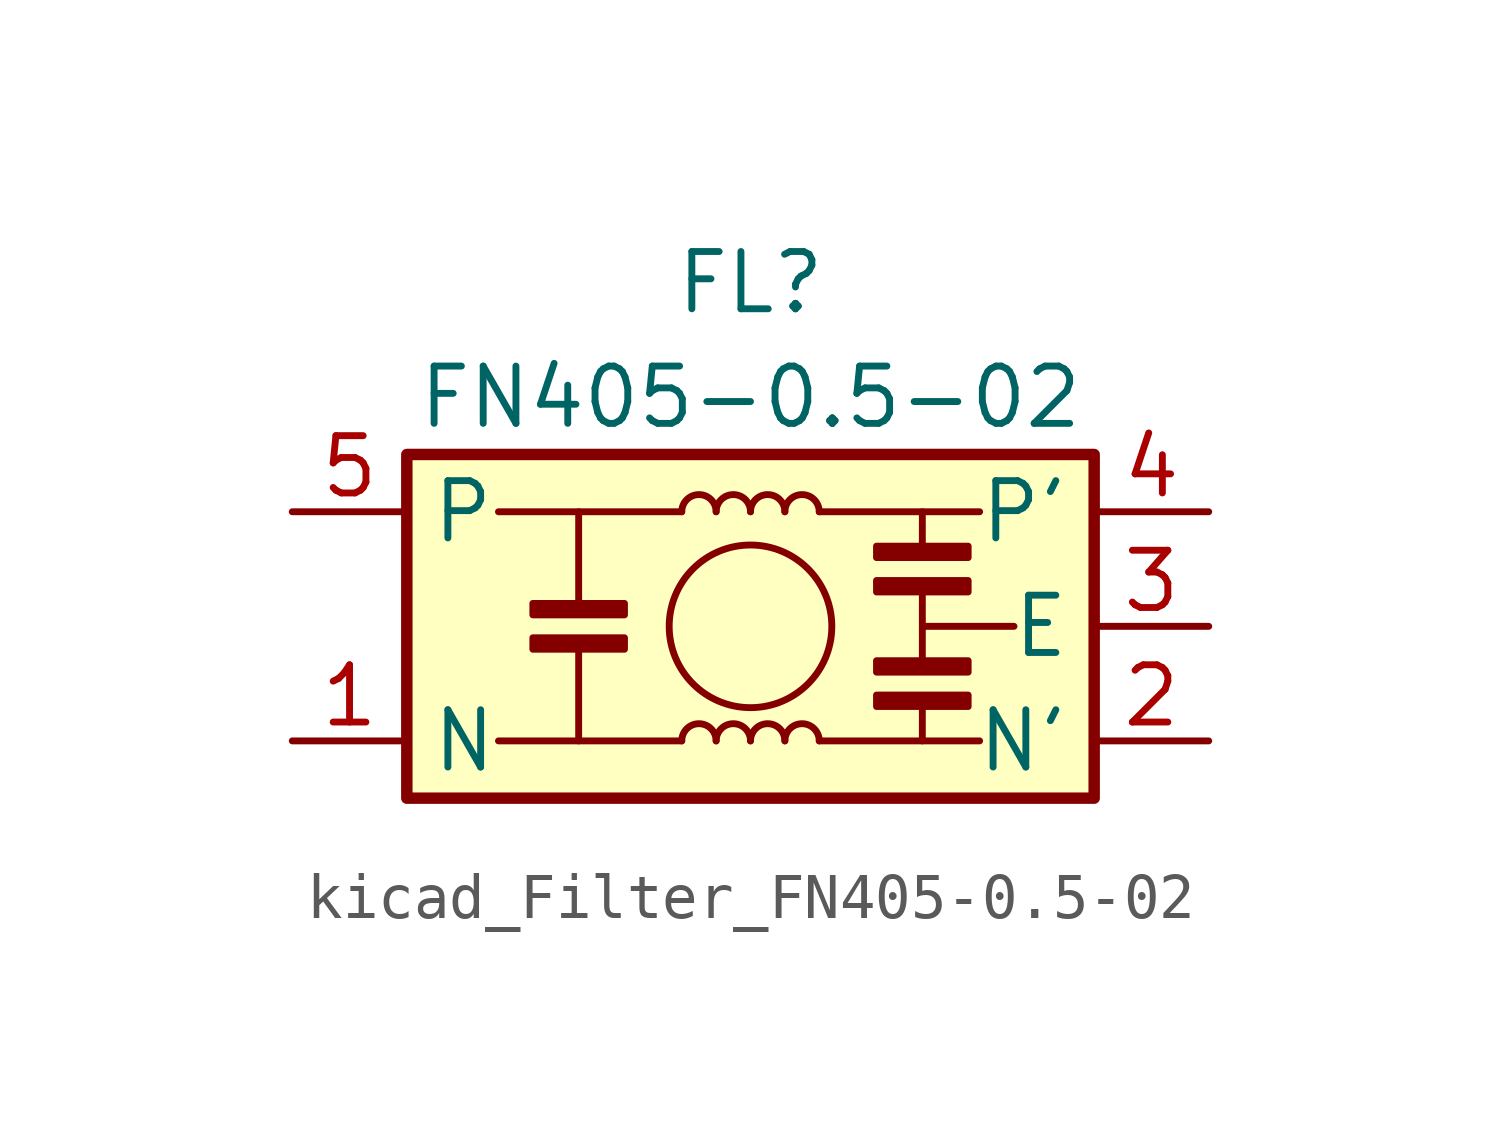
<source format=kicad_sym>
(kicad_symbol_lib
  (version 20220914)
  (generator kicad_symbol_editor)
  (symbol "kicad_Filter_FN405-0.5-02"
    (property "Reference" "FL"
      (at 0 7.62 0)
      (effects (font (size 1.27 1.27))))
    (property "Value" "FN405-0.5-02"
      (at 0 5.08 0)
      (effects (font (size 1.27 1.27))))
    (symbol "kicad_Filter_FN405-0.5-02_0_1"
      (rectangle (start -7.62 3.81) (end 7.62 -3.81) (stroke (width 0.254) (type default)) (fill (type background)))
      (rectangle (start -4.826 -0.254) (end -2.794 -0.508) (stroke (width 0) (type default)) (fill (type outline)))
      (rectangle (start -4.826 0.254) (end -2.794 0.508) (stroke (width 0) (type default)) (fill (type outline)))
      (arc (start -0.762 -2.54) (mid -1.143 -2.1606) (end -1.524 -2.54) (stroke (width 0) (type default)) (fill (type none)))
      (arc (start -0.762 2.54) (mid -1.143 2.9194) (end -1.524 2.54) (stroke (width 0) (type default)) (fill (type none)))
      (arc (start 0 -2.54) (mid -0.381 -2.1606) (end -0.762 -2.54) (stroke (width 0) (type default)) (fill (type none)))
      (polyline (pts (xy -3.81 -0.508) (xy -3.81 -2.54)) (stroke (width 0) (type default)) (fill (type none)))
      (polyline (pts (xy -3.81 0.508) (xy -3.81 2.54)) (stroke (width 0) (type default)) (fill (type none)))
      (polyline (pts (xy -1.524 -2.54) (xy -5.588 -2.54)) (stroke (width 0) (type default)) (fill (type none)))
      (polyline (pts (xy -1.524 2.54) (xy -5.588 2.54)) (stroke (width 0) (type default)) (fill (type none)))
      (polyline (pts (xy 1.524 -2.54) (xy 5.08 -2.54)) (stroke (width 0) (type default)) (fill (type none)))
      (polyline (pts (xy 3.81 -1.778) (xy 3.81 -2.54)) (stroke (width 0) (type default)) (fill (type none)))
      (polyline (pts (xy 3.81 0) (xy 5.842 0)) (stroke (width 0) (type default)) (fill (type none)))
      (polyline (pts (xy 3.81 0.762) (xy 3.81 -0.762)) (stroke (width 0) (type default)) (fill (type none)))
      (polyline (pts (xy 3.81 1.778) (xy 3.81 2.54)) (stroke (width 0) (type default)) (fill (type none)))
      (polyline (pts (xy 5.08 2.54) (xy 1.524 2.54)) (stroke (width 0) (type default)) (fill (type none)))
      (circle (center 0 0) (radius 1.803) (stroke (width 0) (type default)) (fill (type none)))
      (arc (start 0 2.54) (mid -0.381 2.9194) (end -0.762 2.54) (stroke (width 0) (type default)) (fill (type none)))
      (arc (start 0.762 -2.54) (mid 0.381 -2.1606) (end 0 -2.54) (stroke (width 0) (type default)) (fill (type none)))
      (arc (start 0.762 2.54) (mid 0.381 2.9194) (end 0 2.54) (stroke (width 0) (type default)) (fill (type none)))
      (arc (start 1.524 -2.54) (mid 1.143 -2.1606) (end 0.762 -2.54) (stroke (width 0) (type default)) (fill (type none)))
      (arc (start 1.524 2.54) (mid 1.143 2.9194) (end 0.762 2.54) (stroke (width 0) (type default)) (fill (type none)))
      (rectangle (start 2.794 -1.524) (end 4.826 -1.778) (stroke (width 0) (type default)) (fill (type outline)))
      (rectangle (start 2.794 -1.016) (end 4.826 -0.762) (stroke (width 0) (type default)) (fill (type outline)))
      (rectangle (start 2.794 1.016) (end 4.826 0.762) (stroke (width 0) (type default)) (fill (type outline)))
      (rectangle (start 2.794 1.524) (end 4.826 1.778) (stroke (width 0) (type default)) (fill (type outline))))
    (symbol "kicad_Filter_FN405-0.5-02_1_1"
      (pin passive line (at -10.16 -2.54 0) (length 2.54) (name "N" (effects (font (size 1.27 1.27)))) (number "1" (effects (font (size 1.27 1.27)))))
      (pin passive line (at 10.16 -2.54 180) (length 2.54) (name "N'" (effects (font (size 1.27 1.27)))) (number "2" (effects (font (size 1.27 1.27)))))
      (pin passive line (at 10.16 0 180) (length 2.54) (name "E" (effects (font (size 1.27 1.27)))) (number "3" (effects (font (size 1.27 1.27)))))
      (pin passive line (at 10.16 2.54 180) (length 2.54) (name "P'" (effects (font (size 1.27 1.27)))) (number "4" (effects (font (size 1.27 1.27)))))
      (pin passive line (at -10.16 2.54 0) (length 2.54) (name "P" (effects (font (size 1.27 1.27)))) (number "5" (effects (font (size 1.27 1.27))))))))
</source>
